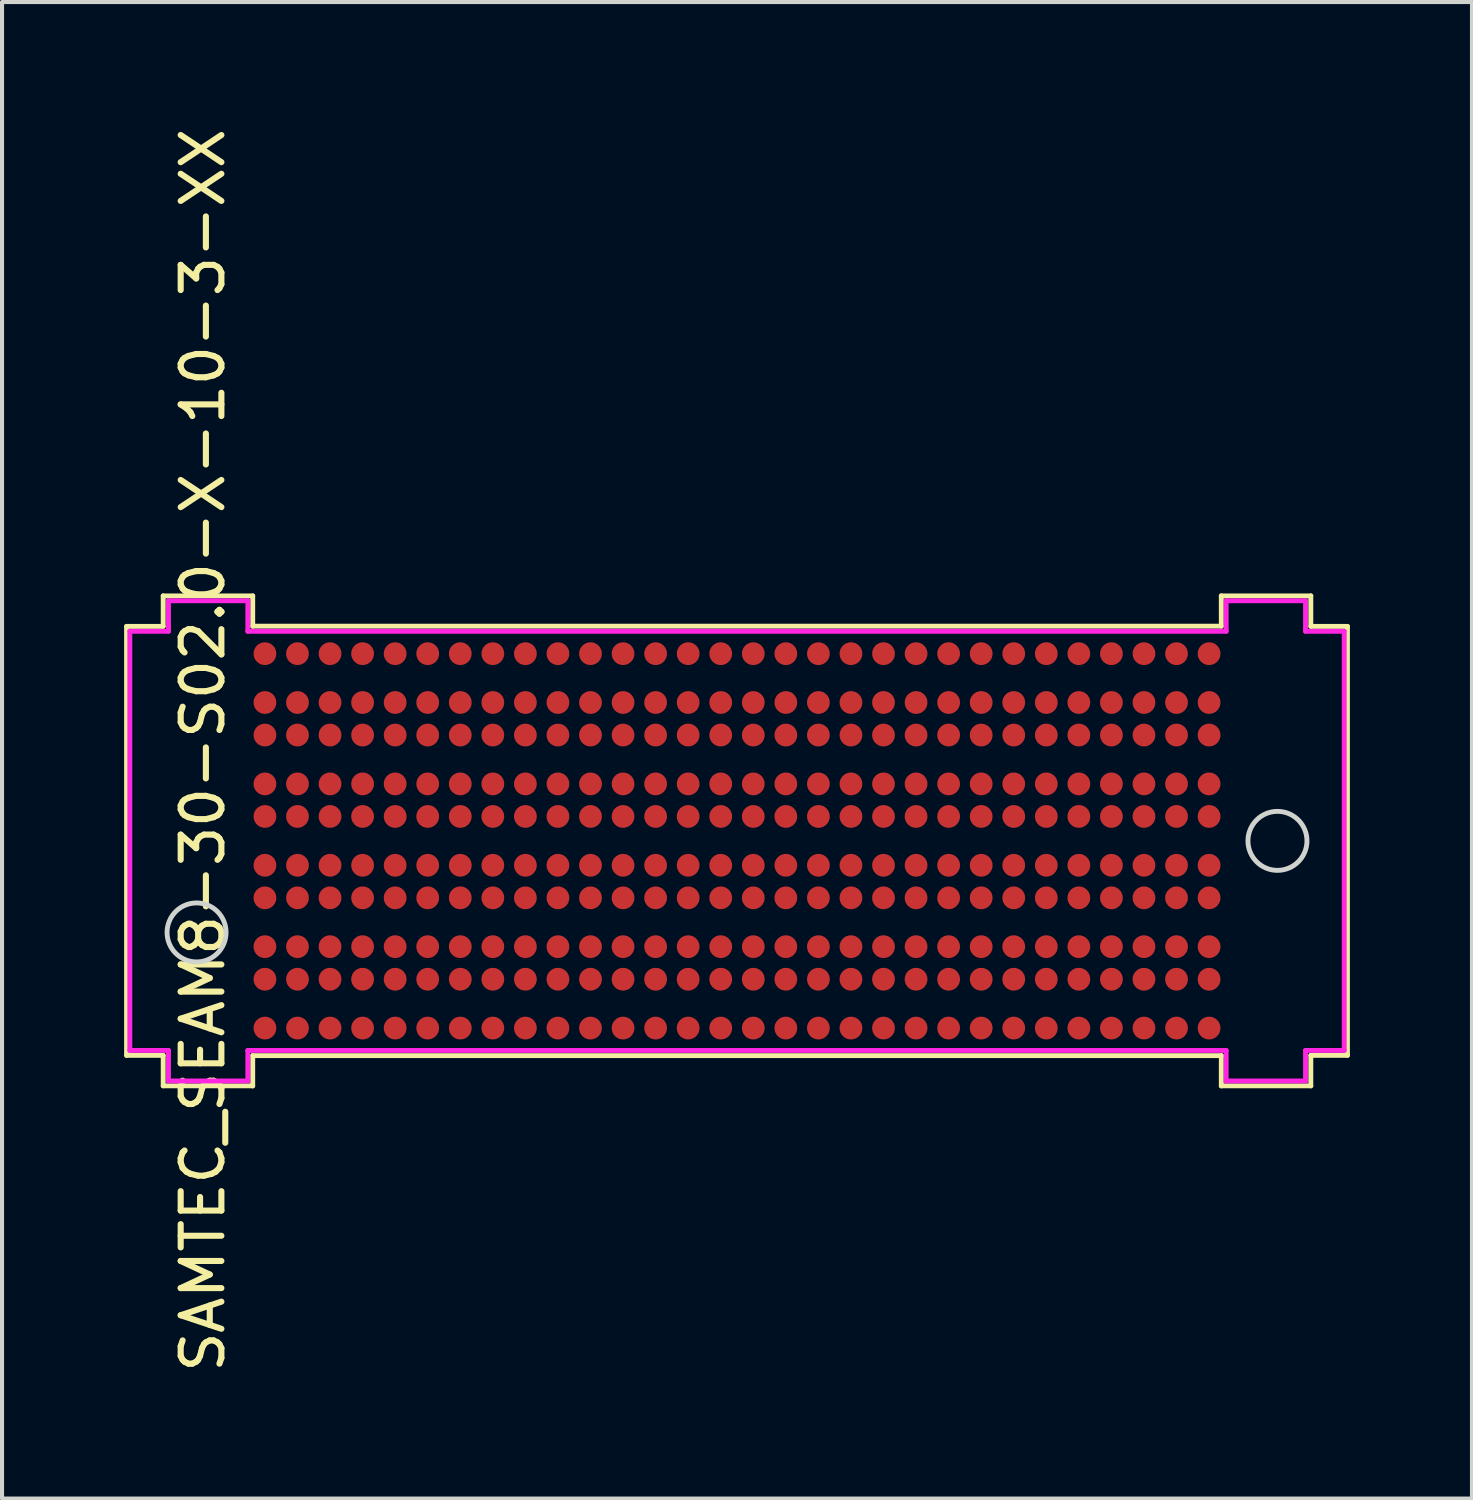
<source format=kicad_pcb>
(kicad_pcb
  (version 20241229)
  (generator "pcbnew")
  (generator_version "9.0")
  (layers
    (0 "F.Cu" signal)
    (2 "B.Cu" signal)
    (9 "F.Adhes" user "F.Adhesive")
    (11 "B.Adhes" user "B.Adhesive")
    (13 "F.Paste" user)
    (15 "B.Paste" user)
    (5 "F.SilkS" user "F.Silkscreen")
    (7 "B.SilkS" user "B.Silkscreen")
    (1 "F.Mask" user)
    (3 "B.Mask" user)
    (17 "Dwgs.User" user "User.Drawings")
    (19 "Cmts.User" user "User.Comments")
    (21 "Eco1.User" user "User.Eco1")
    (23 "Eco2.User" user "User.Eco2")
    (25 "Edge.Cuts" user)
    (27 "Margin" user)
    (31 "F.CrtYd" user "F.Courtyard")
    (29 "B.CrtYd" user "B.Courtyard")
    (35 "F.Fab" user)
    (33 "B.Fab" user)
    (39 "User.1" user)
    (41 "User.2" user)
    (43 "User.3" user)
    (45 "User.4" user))
  (footprint "SAMTEC_SEAM8-30-S02.0-X-10-3-XX"
    (layer "F.Cu")
    (at 15.06 17.612)
    (property "Reference" "SAMTEC_SEAM8-30-S02.0-X-10-3-XX" (at -13.125 -2.225 90) (unlocked yes) (layer "F.SilkS") (effects (font (size 1 1) (thickness 0.15))))
    (attr smd)
    (fp_line (start -15 -5.27) (end -15 5.27) (stroke (width 0.12) (type solid)) (layer "F.SilkS"))
    (fp_line (start -15 -5.27) (end -14.1 -5.27) (stroke (width 0.12) (type solid)) (layer "F.SilkS"))
    (fp_line (start -15 5.27) (end -14.1 5.27) (stroke (width 0.12) (type solid)) (layer "F.SilkS"))
    (fp_line (start -14.1 -6.02) (end -11.9 -6.02) (stroke (width 0.12) (type solid)) (layer "F.SilkS"))
    (fp_line (start -14.1 -5.275) (end -14.1 -6.02) (stroke (width 0.12) (type solid)) (layer "F.SilkS"))
    (fp_line (start -14.1 5.275) (end -14.1 6.02) (stroke (width 0.12) (type solid)) (layer "F.SilkS"))
    (fp_line (start -14.1 6.02) (end -11.9 6.02) (stroke (width 0.12) (type solid)) (layer "F.SilkS"))
    (fp_line (start -11.9 -5.275) (end -11.9 -6.02) (stroke (width 0.12) (type solid)) (layer "F.SilkS"))
    (fp_line (start -11.9 5.277) (end -11.9 6.022) (stroke (width 0.12) (type solid)) (layer "F.SilkS"))
    (fp_line (start 11.9 -5.275) (end -11.9 -5.275) (stroke (width 0.12) (type solid)) (layer "F.SilkS"))
    (fp_line (start 11.9 -5.275) (end 11.9 -6.02) (stroke (width 0.12) (type solid)) (layer "F.SilkS"))
    (fp_line (start 11.9 5.277) (end -11.9 5.277) (stroke (width 0.12) (type solid)) (layer "F.SilkS"))
    (fp_line (start 11.9 5.277) (end 11.9 6.022) (stroke (width 0.12) (type solid)) (layer "F.SilkS"))
    (fp_line (start 14.1 -6.02) (end 11.9 -6.02) (stroke (width 0.12) (type solid)) (layer "F.SilkS"))
    (fp_line (start 14.1 -5.275) (end 14.1 -6.02) (stroke (width 0.12) (type solid)) (layer "F.SilkS"))
    (fp_line (start 14.1 5.275) (end 14.1 6.02) (stroke (width 0.12) (type solid)) (layer "F.SilkS"))
    (fp_line (start 14.1 6.02) (end 11.9 6.02) (stroke (width 0.12) (type solid)) (layer "F.SilkS"))
    (fp_line (start 15 -5.27) (end 14.1 -5.27) (stroke (width 0.12) (type solid)) (layer "F.SilkS"))
    (fp_line (start 15 -5.27) (end 15 5.27) (stroke (width 0.12) (type solid)) (layer "F.SilkS"))
    (fp_line (start 15 5.27) (end 14.1 5.27) (stroke (width 0.12) (type solid)) (layer "F.SilkS"))
    (fp_circle (center -13.28 2.25) (end -12.555 2.25) (stroke (width 0.12) (type solid)) (fill no) (layer "Edge.Cuts"))
    (fp_circle (center 13.28 0) (end 14.005 0) (stroke (width 0.12) (type solid)) (fill no) (layer "Edge.Cuts"))
    (fp_line (start -14.92 5.15) (end -14.92 -5.15) (stroke (width 0.12) (type solid)) (layer "F.CrtYd"))
    (fp_line (start -13.97 -5.9) (end -13.97 -5.15) (stroke (width 0.12) (type solid)) (layer "F.CrtYd"))
    (fp_line (start -13.97 -5.9) (end -12.02 -5.9) (stroke (width 0.12) (type solid)) (layer "F.CrtYd"))
    (fp_line (start -13.97 -5.15) (end -14.92 -5.15) (stroke (width 0.12) (type solid)) (layer "F.CrtYd"))
    (fp_line (start -13.97 5.15) (end -14.92 5.15) (stroke (width 0.12) (type solid)) (layer "F.CrtYd"))
    (fp_line (start -13.97 5.9) (end -13.97 5.15) (stroke (width 0.12) (type solid)) (layer "F.CrtYd"))
    (fp_line (start -13.97 5.9) (end -12.02 5.9) (stroke (width 0.12) (type solid)) (layer "F.CrtYd"))
    (fp_line (start -12.02 -5.9) (end -12.02 -5.15) (stroke (width 0.12) (type solid)) (layer "F.CrtYd"))
    (fp_line (start -12.02 -5.15) (end 12.02 -5.15) (stroke (width 0.12) (type solid)) (layer "F.CrtYd"))
    (fp_line (start -12.02 5.15) (end -12.02 5.9) (stroke (width 0.12) (type solid)) (layer "F.CrtYd"))
    (fp_line (start -12.02 5.15) (end 12.02 5.15) (stroke (width 0.12) (type solid)) (layer "F.CrtYd"))
    (fp_line (start 12.02 -5.9) (end 12.02 -5.15) (stroke (width 0.12) (type solid)) (layer "F.CrtYd"))
    (fp_line (start 12.02 -5.9) (end 13.97 -5.9) (stroke (width 0.12) (type solid)) (layer "F.CrtYd"))
    (fp_line (start 12.02 5.15) (end 12.02 5.9) (stroke (width 0.12) (type solid)) (layer "F.CrtYd"))
    (fp_line (start 12.02 5.9) (end 13.97 5.9) (stroke (width 0.12) (type solid)) (layer "F.CrtYd"))
    (fp_line (start 13.97 -5.9) (end 13.97 -5.15) (stroke (width 0.12) (type solid)) (layer "F.CrtYd"))
    (fp_line (start 13.97 -5.15) (end 14.92 -5.15) (stroke (width 0.12) (type solid)) (layer "F.CrtYd"))
    (fp_line (start 13.97 5.15) (end 14.92 5.15) (stroke (width 0.12) (type solid)) (layer "F.CrtYd"))
    (fp_line (start 13.97 5.9) (end 13.97 5.15) (stroke (width 0.12) (type solid)) (layer "F.CrtYd"))
    (fp_line (start 14.92 5.15) (end 14.92 -5.15) (stroke (width 0.12) (type solid)) (layer "F.CrtYd"))
    (pad "1" smd circle (at -11.6 -4.6) (size 0.56 0.56) (layers "F.Cu" "F.Mask" "F.Paste"))
    (pad "2" smd circle (at -10.8 -4.6) (size 0.56 0.56) (layers "F.Cu" "F.Mask" "F.Paste"))
    (pad "3" smd circle (at -10 -4.6) (size 0.56 0.56) (layers "F.Cu" "F.Mask" "F.Paste"))
    (pad "4" smd circle (at -9.2 -4.6) (size 0.56 0.56) (layers "F.Cu" "F.Mask" "F.Paste"))
    (pad "5" smd circle (at -8.4 -4.6) (size 0.56 0.56) (layers "F.Cu" "F.Mask" "F.Paste"))
    (pad "6" smd circle (at -7.6 -4.6) (size 0.56 0.56) (layers "F.Cu" "F.Mask" "F.Paste"))
    (pad "7" smd circle (at -6.8 -4.6) (size 0.56 0.56) (layers "F.Cu" "F.Mask" "F.Paste"))
    (pad "8" smd circle (at -6 -4.6) (size 0.56 0.56) (layers "F.Cu" "F.Mask" "F.Paste"))
    (pad "9" smd circle (at -5.2 -4.6) (size 0.56 0.56) (layers "F.Cu" "F.Mask" "F.Paste"))
    (pad "10" smd circle (at -4.4 -4.6) (size 0.56 0.56) (layers "F.Cu" "F.Mask" "F.Paste"))
    (pad "11" smd circle (at -3.6 -4.6) (size 0.56 0.56) (layers "F.Cu" "F.Mask" "F.Paste"))
    (pad "12" smd circle (at -2.8 -4.6) (size 0.56 0.56) (layers "F.Cu" "F.Mask" "F.Paste"))
    (pad "13" smd circle (at -2 -4.6) (size 0.56 0.56) (layers "F.Cu" "F.Mask" "F.Paste"))
    (pad "14" smd circle (at -1.2 -4.6) (size 0.56 0.56) (layers "F.Cu" "F.Mask" "F.Paste"))
    (pad "15" smd circle (at -0.4 -4.6) (size 0.56 0.56) (layers "F.Cu" "F.Mask" "F.Paste"))
    (pad "16" smd circle (at 0.4 -4.6) (size 0.56 0.56) (layers "F.Cu" "F.Mask" "F.Paste"))
    (pad "17" smd circle (at 1.2 -4.6) (size 0.56 0.56) (layers "F.Cu" "F.Mask" "F.Paste"))
    (pad "18" smd circle (at 2 -4.6) (size 0.56 0.56) (layers "F.Cu" "F.Mask" "F.Paste"))
    (pad "19" smd circle (at 2.8 -4.6) (size 0.56 0.56) (layers "F.Cu" "F.Mask" "F.Paste"))
    (pad "20" smd circle (at 3.6 -4.6) (size 0.56 0.56) (layers "F.Cu" "F.Mask" "F.Paste"))
    (pad "21" smd circle (at 4.4 -4.6) (size 0.56 0.56) (layers "F.Cu" "F.Mask" "F.Paste"))
    (pad "22" smd circle (at 5.2 -4.6) (size 0.56 0.56) (layers "F.Cu" "F.Mask" "F.Paste"))
    (pad "23" smd circle (at 6 -4.6) (size 0.56 0.56) (layers "F.Cu" "F.Mask" "F.Paste"))
    (pad "24" smd circle (at 6.8 -4.6) (size 0.56 0.56) (layers "F.Cu" "F.Mask" "F.Paste"))
    (pad "25" smd circle (at 7.6 -4.6) (size 0.56 0.56) (layers "F.Cu" "F.Mask" "F.Paste"))
    (pad "26" smd circle (at 8.4 -4.6) (size 0.56 0.56) (layers "F.Cu" "F.Mask" "F.Paste"))
    (pad "27" smd circle (at 9.2 -4.6) (size 0.56 0.56) (layers "F.Cu" "F.Mask" "F.Paste"))
    (pad "28" smd circle (at 10 -4.6) (size 0.56 0.56) (layers "F.Cu" "F.Mask" "F.Paste"))
    (pad "29" smd circle (at 10.8 -4.6) (size 0.56 0.56) (layers "F.Cu" "F.Mask" "F.Paste"))
    (pad "30" smd circle (at 11.6 -4.6) (size 0.56 0.56) (layers "F.Cu" "F.Mask" "F.Paste"))
    (pad "31" smd circle (at -11.6 -3.4) (size 0.56 0.56) (layers "F.Cu" "F.Mask" "F.Paste"))
    (pad "32" smd circle (at -10.8 -3.4) (size 0.56 0.56) (layers "F.Cu" "F.Mask" "F.Paste"))
    (pad "33" smd circle (at -10 -3.4) (size 0.56 0.56) (layers "F.Cu" "F.Mask" "F.Paste"))
    (pad "34" smd circle (at -9.2 -3.4) (size 0.56 0.56) (layers "F.Cu" "F.Mask" "F.Paste"))
    (pad "35" smd circle (at -8.4 -3.4) (size 0.56 0.56) (layers "F.Cu" "F.Mask" "F.Paste"))
    (pad "36" smd circle (at -7.6 -3.4) (size 0.56 0.56) (layers "F.Cu" "F.Mask" "F.Paste"))
    (pad "37" smd circle (at -6.8 -3.4) (size 0.56 0.56) (layers "F.Cu" "F.Mask" "F.Paste"))
    (pad "38" smd circle (at -6 -3.4) (size 0.56 0.56) (layers "F.Cu" "F.Mask" "F.Paste"))
    (pad "39" smd circle (at -5.2 -3.4) (size 0.56 0.56) (layers "F.Cu" "F.Mask" "F.Paste"))
    (pad "40" smd circle (at -4.4 -3.4) (size 0.56 0.56) (layers "F.Cu" "F.Mask" "F.Paste"))
    (pad "41" smd circle (at -3.6 -3.4) (size 0.56 0.56) (layers "F.Cu" "F.Mask" "F.Paste"))
    (pad "42" smd circle (at -2.8 -3.4) (size 0.56 0.56) (layers "F.Cu" "F.Mask" "F.Paste"))
    (pad "43" smd circle (at -2 -3.4) (size 0.56 0.56) (layers "F.Cu" "F.Mask" "F.Paste"))
    (pad "44" smd circle (at -1.2 -3.4) (size 0.56 0.56) (layers "F.Cu" "F.Mask" "F.Paste"))
    (pad "45" smd circle (at -0.4 -3.4) (size 0.56 0.56) (layers "F.Cu" "F.Mask" "F.Paste"))
    (pad "46" smd circle (at 0.4 -3.4) (size 0.56 0.56) (layers "F.Cu" "F.Mask" "F.Paste"))
    (pad "47" smd circle (at 1.2 -3.4) (size 0.56 0.56) (layers "F.Cu" "F.Mask" "F.Paste"))
    (pad "48" smd circle (at 2 -3.4) (size 0.56 0.56) (layers "F.Cu" "F.Mask" "F.Paste"))
    (pad "49" smd circle (at 2.8 -3.4) (size 0.56 0.56) (layers "F.Cu" "F.Mask" "F.Paste"))
    (pad "50" smd circle (at 3.6 -3.4) (size 0.56 0.56) (layers "F.Cu" "F.Mask" "F.Paste"))
    (pad "51" smd circle (at 4.4 -3.4) (size 0.56 0.56) (layers "F.Cu" "F.Mask" "F.Paste"))
    (pad "52" smd circle (at 5.2 -3.4) (size 0.56 0.56) (layers "F.Cu" "F.Mask" "F.Paste"))
    (pad "53" smd circle (at 6 -3.4) (size 0.56 0.56) (layers "F.Cu" "F.Mask" "F.Paste"))
    (pad "54" smd circle (at 6.8 -3.4) (size 0.56 0.56) (layers "F.Cu" "F.Mask" "F.Paste"))
    (pad "55" smd circle (at 7.6 -3.4) (size 0.56 0.56) (layers "F.Cu" "F.Mask" "F.Paste"))
    (pad "56" smd circle (at 8.4 -3.4) (size 0.56 0.56) (layers "F.Cu" "F.Mask" "F.Paste"))
    (pad "57" smd circle (at 9.2 -3.4) (size 0.56 0.56) (layers "F.Cu" "F.Mask" "F.Paste"))
    (pad "58" smd circle (at 10 -3.4) (size 0.56 0.56) (layers "F.Cu" "F.Mask" "F.Paste"))
    (pad "59" smd circle (at 10.8 -3.4) (size 0.56 0.56) (layers "F.Cu" "F.Mask" "F.Paste"))
    (pad "60" smd circle (at 11.6 -3.4) (size 0.56 0.56) (layers "F.Cu" "F.Mask" "F.Paste"))
    (pad "61" smd circle (at -11.6 -2.6) (size 0.56 0.56) (layers "F.Cu" "F.Mask" "F.Paste"))
    (pad "62" smd circle (at -10.8 -2.6) (size 0.56 0.56) (layers "F.Cu" "F.Mask" "F.Paste"))
    (pad "63" smd circle (at -10 -2.6) (size 0.56 0.56) (layers "F.Cu" "F.Mask" "F.Paste"))
    (pad "64" smd circle (at -9.2 -2.6) (size 0.56 0.56) (layers "F.Cu" "F.Mask" "F.Paste"))
    (pad "65" smd circle (at -8.4 -2.6) (size 0.56 0.56) (layers "F.Cu" "F.Mask" "F.Paste"))
    (pad "66" smd circle (at -7.6 -2.6) (size 0.56 0.56) (layers "F.Cu" "F.Mask" "F.Paste"))
    (pad "67" smd circle (at -6.8 -2.6) (size 0.56 0.56) (layers "F.Cu" "F.Mask" "F.Paste"))
    (pad "68" smd circle (at -6 -2.6) (size 0.56 0.56) (layers "F.Cu" "F.Mask" "F.Paste"))
    (pad "69" smd circle (at -5.2 -2.6) (size 0.56 0.56) (layers "F.Cu" "F.Mask" "F.Paste"))
    (pad "70" smd circle (at -4.4 -2.6) (size 0.56 0.56) (layers "F.Cu" "F.Mask" "F.Paste"))
    (pad "71" smd circle (at -3.6 -2.6) (size 0.56 0.56) (layers "F.Cu" "F.Mask" "F.Paste"))
    (pad "72" smd circle (at -2.8 -2.6) (size 0.56 0.56) (layers "F.Cu" "F.Mask" "F.Paste"))
    (pad "73" smd circle (at -2 -2.6) (size 0.56 0.56) (layers "F.Cu" "F.Mask" "F.Paste"))
    (pad "74" smd circle (at -1.2 -2.6) (size 0.56 0.56) (layers "F.Cu" "F.Mask" "F.Paste"))
    (pad "75" smd circle (at -0.4 -2.6) (size 0.56 0.56) (layers "F.Cu" "F.Mask" "F.Paste"))
    (pad "76" smd circle (at 0.4 -2.6) (size 0.56 0.56) (layers "F.Cu" "F.Mask" "F.Paste"))
    (pad "77" smd circle (at 1.2 -2.6) (size 0.56 0.56) (layers "F.Cu" "F.Mask" "F.Paste"))
    (pad "78" smd circle (at 2 -2.6) (size 0.56 0.56) (layers "F.Cu" "F.Mask" "F.Paste"))
    (pad "79" smd circle (at 2.8 -2.6) (size 0.56 0.56) (layers "F.Cu" "F.Mask" "F.Paste"))
    (pad "80" smd circle (at 3.6 -2.6) (size 0.56 0.56) (layers "F.Cu" "F.Mask" "F.Paste"))
    (pad "81" smd circle (at 4.4 -2.6) (size 0.56 0.56) (layers "F.Cu" "F.Mask" "F.Paste"))
    (pad "82" smd circle (at 5.2 -2.6) (size 0.56 0.56) (layers "F.Cu" "F.Mask" "F.Paste"))
    (pad "83" smd circle (at 6 -2.6) (size 0.56 0.56) (layers "F.Cu" "F.Mask" "F.Paste"))
    (pad "84" smd circle (at 6.8 -2.6) (size 0.56 0.56) (layers "F.Cu" "F.Mask" "F.Paste"))
    (pad "85" smd circle (at 7.6 -2.6) (size 0.56 0.56) (layers "F.Cu" "F.Mask" "F.Paste"))
    (pad "86" smd circle (at 8.4 -2.6) (size 0.56 0.56) (layers "F.Cu" "F.Mask" "F.Paste"))
    (pad "87" smd circle (at 9.2 -2.6) (size 0.56 0.56) (layers "F.Cu" "F.Mask" "F.Paste"))
    (pad "88" smd circle (at 10 -2.6) (size 0.56 0.56) (layers "F.Cu" "F.Mask" "F.Paste"))
    (pad "89" smd circle (at 10.8 -2.6) (size 0.56 0.56) (layers "F.Cu" "F.Mask" "F.Paste"))
    (pad "90" smd circle (at 11.6 -2.6) (size 0.56 0.56) (layers "F.Cu" "F.Mask" "F.Paste"))
    (pad "91" smd circle (at -11.6 -1.4) (size 0.56 0.56) (layers "F.Cu" "F.Mask" "F.Paste"))
    (pad "92" smd circle (at -10.8 -1.4) (size 0.56 0.56) (layers "F.Cu" "F.Mask" "F.Paste"))
    (pad "93" smd circle (at -10 -1.4) (size 0.56 0.56) (layers "F.Cu" "F.Mask" "F.Paste"))
    (pad "94" smd circle (at -9.2 -1.4) (size 0.56 0.56) (layers "F.Cu" "F.Mask" "F.Paste"))
    (pad "95" smd circle (at -8.4 -1.4) (size 0.56 0.56) (layers "F.Cu" "F.Mask" "F.Paste"))
    (pad "96" smd circle (at -7.6 -1.4) (size 0.56 0.56) (layers "F.Cu" "F.Mask" "F.Paste"))
    (pad "97" smd circle (at -6.8 -1.4) (size 0.56 0.56) (layers "F.Cu" "F.Mask" "F.Paste"))
    (pad "98" smd circle (at -6 -1.4) (size 0.56 0.56) (layers "F.Cu" "F.Mask" "F.Paste"))
    (pad "99" smd circle (at -5.2 -1.4) (size 0.56 0.56) (layers "F.Cu" "F.Mask" "F.Paste"))
    (pad "100" smd circle (at -4.4 -1.4) (size 0.56 0.56) (layers "F.Cu" "F.Mask" "F.Paste"))
    (pad "101" smd circle (at -3.6 -1.4) (size 0.56 0.56) (layers "F.Cu" "F.Mask" "F.Paste"))
    (pad "102" smd circle (at -2.8 -1.4) (size 0.56 0.56) (layers "F.Cu" "F.Mask" "F.Paste"))
    (pad "103" smd circle (at -2 -1.4) (size 0.56 0.56) (layers "F.Cu" "F.Mask" "F.Paste"))
    (pad "104" smd circle (at -1.2 -1.4) (size 0.56 0.56) (layers "F.Cu" "F.Mask" "F.Paste"))
    (pad "105" smd circle (at -0.4 -1.4) (size 0.56 0.56) (layers "F.Cu" "F.Mask" "F.Paste"))
    (pad "106" smd circle (at 0.4 -1.4) (size 0.56 0.56) (layers "F.Cu" "F.Mask" "F.Paste"))
    (pad "107" smd circle (at 1.2 -1.4) (size 0.56 0.56) (layers "F.Cu" "F.Mask" "F.Paste"))
    (pad "108" smd circle (at 2 -1.4) (size 0.56 0.56) (layers "F.Cu" "F.Mask" "F.Paste"))
    (pad "109" smd circle (at 2.8 -1.4) (size 0.56 0.56) (layers "F.Cu" "F.Mask" "F.Paste"))
    (pad "110" smd circle (at 3.6 -1.4) (size 0.56 0.56) (layers "F.Cu" "F.Mask" "F.Paste"))
    (pad "111" smd circle (at 4.4 -1.4) (size 0.56 0.56) (layers "F.Cu" "F.Mask" "F.Paste"))
    (pad "112" smd circle (at 5.2 -1.4) (size 0.56 0.56) (layers "F.Cu" "F.Mask" "F.Paste"))
    (pad "113" smd circle (at 6 -1.4) (size 0.56 0.56) (layers "F.Cu" "F.Mask" "F.Paste"))
    (pad "114" smd circle (at 6.8 -1.4) (size 0.56 0.56) (layers "F.Cu" "F.Mask" "F.Paste"))
    (pad "115" smd circle (at 7.6 -1.4) (size 0.56 0.56) (layers "F.Cu" "F.Mask" "F.Paste"))
    (pad "116" smd circle (at 8.4 -1.4) (size 0.56 0.56) (layers "F.Cu" "F.Mask" "F.Paste"))
    (pad "117" smd circle (at 9.2 -1.4) (size 0.56 0.56) (layers "F.Cu" "F.Mask" "F.Paste"))
    (pad "118" smd circle (at 10 -1.4) (size 0.56 0.56) (layers "F.Cu" "F.Mask" "F.Paste"))
    (pad "119" smd circle (at 10.8 -1.4) (size 0.56 0.56) (layers "F.Cu" "F.Mask" "F.Paste"))
    (pad "120" smd circle (at 11.6 -1.4) (size 0.56 0.56) (layers "F.Cu" "F.Mask" "F.Paste"))
    (pad "121" smd circle (at -11.6 -0.6) (size 0.56 0.56) (layers "F.Cu" "F.Mask" "F.Paste"))
    (pad "122" smd circle (at -10.8 -0.6) (size 0.56 0.56) (layers "F.Cu" "F.Mask" "F.Paste"))
    (pad "123" smd circle (at -10 -0.6) (size 0.56 0.56) (layers "F.Cu" "F.Mask" "F.Paste"))
    (pad "124" smd circle (at -9.2 -0.6) (size 0.56 0.56) (layers "F.Cu" "F.Mask" "F.Paste"))
    (pad "125" smd circle (at -8.4 -0.6) (size 0.56 0.56) (layers "F.Cu" "F.Mask" "F.Paste"))
    (pad "126" smd circle (at -7.6 -0.6) (size 0.56 0.56) (layers "F.Cu" "F.Mask" "F.Paste"))
    (pad "127" smd circle (at -6.8 -0.6) (size 0.56 0.56) (layers "F.Cu" "F.Mask" "F.Paste"))
    (pad "128" smd circle (at -6 -0.6) (size 0.56 0.56) (layers "F.Cu" "F.Mask" "F.Paste"))
    (pad "129" smd circle (at -5.2 -0.6) (size 0.56 0.56) (layers "F.Cu" "F.Mask" "F.Paste"))
    (pad "130" smd circle (at -4.4 -0.6) (size 0.56 0.56) (layers "F.Cu" "F.Mask" "F.Paste"))
    (pad "131" smd circle (at -3.6 -0.6) (size 0.56 0.56) (layers "F.Cu" "F.Mask" "F.Paste"))
    (pad "132" smd circle (at -2.8 -0.6) (size 0.56 0.56) (layers "F.Cu" "F.Mask" "F.Paste"))
    (pad "133" smd circle (at -2 -0.6) (size 0.56 0.56) (layers "F.Cu" "F.Mask" "F.Paste"))
    (pad "134" smd circle (at -1.2 -0.6) (size 0.56 0.56) (layers "F.Cu" "F.Mask" "F.Paste"))
    (pad "135" smd circle (at -0.4 -0.6) (size 0.56 0.56) (layers "F.Cu" "F.Mask" "F.Paste"))
    (pad "136" smd circle (at 0.4 -0.6) (size 0.56 0.56) (layers "F.Cu" "F.Mask" "F.Paste"))
    (pad "137" smd circle (at 1.2 -0.6) (size 0.56 0.56) (layers "F.Cu" "F.Mask" "F.Paste"))
    (pad "138" smd circle (at 2 -0.6) (size 0.56 0.56) (layers "F.Cu" "F.Mask" "F.Paste"))
    (pad "139" smd circle (at 2.8 -0.6) (size 0.56 0.56) (layers "F.Cu" "F.Mask" "F.Paste"))
    (pad "140" smd circle (at 3.6 -0.6) (size 0.56 0.56) (layers "F.Cu" "F.Mask" "F.Paste"))
    (pad "141" smd circle (at 4.4 -0.6) (size 0.56 0.56) (layers "F.Cu" "F.Mask" "F.Paste"))
    (pad "142" smd circle (at 5.2 -0.6) (size 0.56 0.56) (layers "F.Cu" "F.Mask" "F.Paste"))
    (pad "143" smd circle (at 6 -0.6) (size 0.56 0.56) (layers "F.Cu" "F.Mask" "F.Paste"))
    (pad "144" smd circle (at 6.8 -0.6) (size 0.56 0.56) (layers "F.Cu" "F.Mask" "F.Paste"))
    (pad "145" smd circle (at 7.6 -0.6) (size 0.56 0.56) (layers "F.Cu" "F.Mask" "F.Paste"))
    (pad "146" smd circle (at 8.4 -0.6) (size 0.56 0.56) (layers "F.Cu" "F.Mask" "F.Paste"))
    (pad "147" smd circle (at 9.2 -0.6) (size 0.56 0.56) (layers "F.Cu" "F.Mask" "F.Paste"))
    (pad "148" smd circle (at 10 -0.6) (size 0.56 0.56) (layers "F.Cu" "F.Mask" "F.Paste"))
    (pad "149" smd circle (at 10.8 -0.6) (size 0.56 0.56) (layers "F.Cu" "F.Mask" "F.Paste"))
    (pad "150" smd circle (at 11.6 -0.6) (size 0.56 0.56) (layers "F.Cu" "F.Mask" "F.Paste"))
    (pad "151" smd circle (at -11.6 0.6) (size 0.56 0.56) (layers "F.Cu" "F.Mask" "F.Paste"))
    (pad "152" smd circle (at -10.8 0.6) (size 0.56 0.56) (layers "F.Cu" "F.Mask" "F.Paste"))
    (pad "153" smd circle (at -10 0.6) (size 0.56 0.56) (layers "F.Cu" "F.Mask" "F.Paste"))
    (pad "154" smd circle (at -9.2 0.6) (size 0.56 0.56) (layers "F.Cu" "F.Mask" "F.Paste"))
    (pad "155" smd circle (at -8.4 0.6) (size 0.56 0.56) (layers "F.Cu" "F.Mask" "F.Paste"))
    (pad "156" smd circle (at -7.6 0.6) (size 0.56 0.56) (layers "F.Cu" "F.Mask" "F.Paste"))
    (pad "157" smd circle (at -6.8 0.6) (size 0.56 0.56) (layers "F.Cu" "F.Mask" "F.Paste"))
    (pad "158" smd circle (at -6 0.6) (size 0.56 0.56) (layers "F.Cu" "F.Mask" "F.Paste"))
    (pad "159" smd circle (at -5.2 0.6) (size 0.56 0.56) (layers "F.Cu" "F.Mask" "F.Paste"))
    (pad "160" smd circle (at -4.4 0.6) (size 0.56 0.56) (layers "F.Cu" "F.Mask" "F.Paste"))
    (pad "161" smd circle (at -3.6 0.6) (size 0.56 0.56) (layers "F.Cu" "F.Mask" "F.Paste"))
    (pad "162" smd circle (at -2.8 0.6) (size 0.56 0.56) (layers "F.Cu" "F.Mask" "F.Paste"))
    (pad "163" smd circle (at -2 0.6) (size 0.56 0.56) (layers "F.Cu" "F.Mask" "F.Paste"))
    (pad "164" smd circle (at -1.2 0.6) (size 0.56 0.56) (layers "F.Cu" "F.Mask" "F.Paste"))
    (pad "165" smd circle (at -0.4 0.6) (size 0.56 0.56) (layers "F.Cu" "F.Mask" "F.Paste"))
    (pad "166" smd circle (at 0.4 0.6) (size 0.56 0.56) (layers "F.Cu" "F.Mask" "F.Paste"))
    (pad "167" smd circle (at 1.2 0.6) (size 0.56 0.56) (layers "F.Cu" "F.Mask" "F.Paste"))
    (pad "168" smd circle (at 2 0.6) (size 0.56 0.56) (layers "F.Cu" "F.Mask" "F.Paste"))
    (pad "169" smd circle (at 2.8 0.6) (size 0.56 0.56) (layers "F.Cu" "F.Mask" "F.Paste"))
    (pad "170" smd circle (at 3.6 0.6) (size 0.56 0.56) (layers "F.Cu" "F.Mask" "F.Paste"))
    (pad "171" smd circle (at 4.4 0.6) (size 0.56 0.56) (layers "F.Cu" "F.Mask" "F.Paste"))
    (pad "172" smd circle (at 5.2 0.6) (size 0.56 0.56) (layers "F.Cu" "F.Mask" "F.Paste"))
    (pad "173" smd circle (at 6 0.6) (size 0.56 0.56) (layers "F.Cu" "F.Mask" "F.Paste"))
    (pad "174" smd circle (at 6.8 0.6) (size 0.56 0.56) (layers "F.Cu" "F.Mask" "F.Paste"))
    (pad "175" smd circle (at 7.6 0.6) (size 0.56 0.56) (layers "F.Cu" "F.Mask" "F.Paste"))
    (pad "176" smd circle (at 8.4 0.6) (size 0.56 0.56) (layers "F.Cu" "F.Mask" "F.Paste"))
    (pad "177" smd circle (at 9.2 0.6) (size 0.56 0.56) (layers "F.Cu" "F.Mask" "F.Paste"))
    (pad "178" smd circle (at 10 0.6) (size 0.56 0.56) (layers "F.Cu" "F.Mask" "F.Paste"))
    (pad "179" smd circle (at 10.8 0.6) (size 0.56 0.56) (layers "F.Cu" "F.Mask" "F.Paste"))
    (pad "180" smd circle (at 11.6 0.6) (size 0.56 0.56) (layers "F.Cu" "F.Mask" "F.Paste"))
    (pad "181" smd circle (at -11.6 1.4) (size 0.56 0.56) (layers "F.Cu" "F.Mask" "F.Paste"))
    (pad "182" smd circle (at -10.8 1.4) (size 0.56 0.56) (layers "F.Cu" "F.Mask" "F.Paste"))
    (pad "183" smd circle (at -10 1.4) (size 0.56 0.56) (layers "F.Cu" "F.Mask" "F.Paste"))
    (pad "184" smd circle (at -9.2 1.4) (size 0.56 0.56) (layers "F.Cu" "F.Mask" "F.Paste"))
    (pad "185" smd circle (at -8.4 1.4) (size 0.56 0.56) (layers "F.Cu" "F.Mask" "F.Paste"))
    (pad "186" smd circle (at -7.6 1.4) (size 0.56 0.56) (layers "F.Cu" "F.Mask" "F.Paste"))
    (pad "187" smd circle (at -6.8 1.4) (size 0.56 0.56) (layers "F.Cu" "F.Mask" "F.Paste"))
    (pad "188" smd circle (at -6 1.4) (size 0.56 0.56) (layers "F.Cu" "F.Mask" "F.Paste"))
    (pad "189" smd circle (at -5.2 1.4) (size 0.56 0.56) (layers "F.Cu" "F.Mask" "F.Paste"))
    (pad "190" smd circle (at -4.4 1.4) (size 0.56 0.56) (layers "F.Cu" "F.Mask" "F.Paste"))
    (pad "191" smd circle (at -3.6 1.4) (size 0.56 0.56) (layers "F.Cu" "F.Mask" "F.Paste"))
    (pad "192" smd circle (at -2.8 1.4) (size 0.56 0.56) (layers "F.Cu" "F.Mask" "F.Paste"))
    (pad "193" smd circle (at -2 1.4) (size 0.56 0.56) (layers "F.Cu" "F.Mask" "F.Paste"))
    (pad "194" smd circle (at -1.2 1.4) (size 0.56 0.56) (layers "F.Cu" "F.Mask" "F.Paste"))
    (pad "195" smd circle (at -0.4 1.4) (size 0.56 0.56) (layers "F.Cu" "F.Mask" "F.Paste"))
    (pad "196" smd circle (at 0.4 1.4) (size 0.56 0.56) (layers "F.Cu" "F.Mask" "F.Paste"))
    (pad "197" smd circle (at 1.2 1.4) (size 0.56 0.56) (layers "F.Cu" "F.Mask" "F.Paste"))
    (pad "198" smd circle (at 2 1.4) (size 0.56 0.56) (layers "F.Cu" "F.Mask" "F.Paste"))
    (pad "199" smd circle (at 2.8 1.4) (size 0.56 0.56) (layers "F.Cu" "F.Mask" "F.Paste"))
    (pad "200" smd circle (at 3.6 1.4) (size 0.56 0.56) (layers "F.Cu" "F.Mask" "F.Paste"))
    (pad "201" smd circle (at 4.4 1.4) (size 0.56 0.56) (layers "F.Cu" "F.Mask" "F.Paste"))
    (pad "202" smd circle (at 5.2 1.4) (size 0.56 0.56) (layers "F.Cu" "F.Mask" "F.Paste"))
    (pad "203" smd circle (at 6 1.4) (size 0.56 0.56) (layers "F.Cu" "F.Mask" "F.Paste"))
    (pad "204" smd circle (at 6.8 1.4) (size 0.56 0.56) (layers "F.Cu" "F.Mask" "F.Paste"))
    (pad "205" smd circle (at 7.6 1.4) (size 0.56 0.56) (layers "F.Cu" "F.Mask" "F.Paste"))
    (pad "206" smd circle (at 8.4 1.4) (size 0.56 0.56) (layers "F.Cu" "F.Mask" "F.Paste"))
    (pad "207" smd circle (at 9.2 1.4) (size 0.56 0.56) (layers "F.Cu" "F.Mask" "F.Paste"))
    (pad "208" smd circle (at 10 1.4) (size 0.56 0.56) (layers "F.Cu" "F.Mask" "F.Paste"))
    (pad "209" smd circle (at 10.8 1.4) (size 0.56 0.56) (layers "F.Cu" "F.Mask" "F.Paste"))
    (pad "210" smd circle (at 11.6 1.4) (size 0.56 0.56) (layers "F.Cu" "F.Mask" "F.Paste"))
    (pad "211" smd circle (at -11.6 2.6) (size 0.56 0.56) (layers "F.Cu" "F.Mask" "F.Paste"))
    (pad "212" smd circle (at -10.8 2.6) (size 0.56 0.56) (layers "F.Cu" "F.Mask" "F.Paste"))
    (pad "213" smd circle (at -10 2.6) (size 0.56 0.56) (layers "F.Cu" "F.Mask" "F.Paste"))
    (pad "214" smd circle (at -9.2 2.6) (size 0.56 0.56) (layers "F.Cu" "F.Mask" "F.Paste"))
    (pad "215" smd circle (at -8.4 2.6) (size 0.56 0.56) (layers "F.Cu" "F.Mask" "F.Paste"))
    (pad "216" smd circle (at -7.6 2.6) (size 0.56 0.56) (layers "F.Cu" "F.Mask" "F.Paste"))
    (pad "217" smd circle (at -6.8 2.6) (size 0.56 0.56) (layers "F.Cu" "F.Mask" "F.Paste"))
    (pad "218" smd circle (at -6 2.6) (size 0.56 0.56) (layers "F.Cu" "F.Mask" "F.Paste"))
    (pad "219" smd circle (at -5.2 2.6) (size 0.56 0.56) (layers "F.Cu" "F.Mask" "F.Paste"))
    (pad "220" smd circle (at -4.4 2.6) (size 0.56 0.56) (layers "F.Cu" "F.Mask" "F.Paste"))
    (pad "221" smd circle (at -3.6 2.6) (size 0.56 0.56) (layers "F.Cu" "F.Mask" "F.Paste"))
    (pad "222" smd circle (at -2.8 2.6) (size 0.56 0.56) (layers "F.Cu" "F.Mask" "F.Paste"))
    (pad "223" smd circle (at -2 2.6) (size 0.56 0.56) (layers "F.Cu" "F.Mask" "F.Paste"))
    (pad "224" smd circle (at -1.2 2.6) (size 0.56 0.56) (layers "F.Cu" "F.Mask" "F.Paste"))
    (pad "225" smd circle (at -0.4 2.6) (size 0.56 0.56) (layers "F.Cu" "F.Mask" "F.Paste"))
    (pad "226" smd circle (at 0.4 2.6) (size 0.56 0.56) (layers "F.Cu" "F.Mask" "F.Paste"))
    (pad "227" smd circle (at 1.2 2.6) (size 0.56 0.56) (layers "F.Cu" "F.Mask" "F.Paste"))
    (pad "228" smd circle (at 2 2.6) (size 0.56 0.56) (layers "F.Cu" "F.Mask" "F.Paste"))
    (pad "229" smd circle (at 2.8 2.6) (size 0.56 0.56) (layers "F.Cu" "F.Mask" "F.Paste"))
    (pad "230" smd circle (at 3.6 2.6) (size 0.56 0.56) (layers "F.Cu" "F.Mask" "F.Paste"))
    (pad "231" smd circle (at 4.4 2.6) (size 0.56 0.56) (layers "F.Cu" "F.Mask" "F.Paste"))
    (pad "232" smd circle (at 5.2 2.6) (size 0.56 0.56) (layers "F.Cu" "F.Mask" "F.Paste"))
    (pad "233" smd circle (at 6 2.6) (size 0.56 0.56) (layers "F.Cu" "F.Mask" "F.Paste"))
    (pad "234" smd circle (at 6.8 2.6) (size 0.56 0.56) (layers "F.Cu" "F.Mask" "F.Paste"))
    (pad "235" smd circle (at 7.6 2.6) (size 0.56 0.56) (layers "F.Cu" "F.Mask" "F.Paste"))
    (pad "236" smd circle (at 8.4 2.6) (size 0.56 0.56) (layers "F.Cu" "F.Mask" "F.Paste"))
    (pad "237" smd circle (at 9.2 2.6) (size 0.56 0.56) (layers "F.Cu" "F.Mask" "F.Paste"))
    (pad "238" smd circle (at 10 2.6) (size 0.56 0.56) (layers "F.Cu" "F.Mask" "F.Paste"))
    (pad "239" smd circle (at 10.8 2.6) (size 0.56 0.56) (layers "F.Cu" "F.Mask" "F.Paste"))
    (pad "240" smd circle (at 11.6 2.6) (size 0.56 0.56) (layers "F.Cu" "F.Mask" "F.Paste"))
    (pad "241" smd circle (at -11.6 3.4) (size 0.56 0.56) (layers "F.Cu" "F.Mask" "F.Paste"))
    (pad "242" smd circle (at -10.8 3.4) (size 0.56 0.56) (layers "F.Cu" "F.Mask" "F.Paste"))
    (pad "243" smd circle (at -10 3.4) (size 0.56 0.56) (layers "F.Cu" "F.Mask" "F.Paste"))
    (pad "244" smd circle (at -9.2 3.4) (size 0.56 0.56) (layers "F.Cu" "F.Mask" "F.Paste"))
    (pad "245" smd circle (at -8.4 3.4) (size 0.56 0.56) (layers "F.Cu" "F.Mask" "F.Paste"))
    (pad "246" smd circle (at -7.6 3.4) (size 0.56 0.56) (layers "F.Cu" "F.Mask" "F.Paste"))
    (pad "247" smd circle (at -6.8 3.4) (size 0.56 0.56) (layers "F.Cu" "F.Mask" "F.Paste"))
    (pad "248" smd circle (at -6 3.4) (size 0.56 0.56) (layers "F.Cu" "F.Mask" "F.Paste"))
    (pad "249" smd circle (at -5.2 3.4) (size 0.56 0.56) (layers "F.Cu" "F.Mask" "F.Paste"))
    (pad "250" smd circle (at -4.4 3.4) (size 0.56 0.56) (layers "F.Cu" "F.Mask" "F.Paste"))
    (pad "251" smd circle (at -3.6 3.4) (size 0.56 0.56) (layers "F.Cu" "F.Mask" "F.Paste"))
    (pad "252" smd circle (at -2.8 3.4) (size 0.56 0.56) (layers "F.Cu" "F.Mask" "F.Paste"))
    (pad "253" smd circle (at -2 3.4) (size 0.56 0.56) (layers "F.Cu" "F.Mask" "F.Paste"))
    (pad "254" smd circle (at -1.2 3.4) (size 0.56 0.56) (layers "F.Cu" "F.Mask" "F.Paste"))
    (pad "255" smd circle (at -0.4 3.4) (size 0.56 0.56) (layers "F.Cu" "F.Mask" "F.Paste"))
    (pad "256" smd circle (at 0.4 3.4) (size 0.56 0.56) (layers "F.Cu" "F.Mask" "F.Paste"))
    (pad "257" smd circle (at 1.2 3.4) (size 0.56 0.56) (layers "F.Cu" "F.Mask" "F.Paste"))
    (pad "258" smd circle (at 2 3.4) (size 0.56 0.56) (layers "F.Cu" "F.Mask" "F.Paste"))
    (pad "259" smd circle (at 2.8 3.4) (size 0.56 0.56) (layers "F.Cu" "F.Mask" "F.Paste"))
    (pad "260" smd circle (at 3.6 3.4) (size 0.56 0.56) (layers "F.Cu" "F.Mask" "F.Paste"))
    (pad "261" smd circle (at 4.4 3.4) (size 0.56 0.56) (layers "F.Cu" "F.Mask" "F.Paste"))
    (pad "262" smd circle (at 5.2 3.4) (size 0.56 0.56) (layers "F.Cu" "F.Mask" "F.Paste"))
    (pad "263" smd circle (at 6 3.4) (size 0.56 0.56) (layers "F.Cu" "F.Mask" "F.Paste"))
    (pad "264" smd circle (at 6.8 3.4) (size 0.56 0.56) (layers "F.Cu" "F.Mask" "F.Paste"))
    (pad "265" smd circle (at 7.6 3.4) (size 0.56 0.56) (layers "F.Cu" "F.Mask" "F.Paste"))
    (pad "266" smd circle (at 8.4 3.4) (size 0.56 0.56) (layers "F.Cu" "F.Mask" "F.Paste"))
    (pad "267" smd circle (at 9.2 3.4) (size 0.56 0.56) (layers "F.Cu" "F.Mask" "F.Paste"))
    (pad "268" smd circle (at 10 3.4) (size 0.56 0.56) (layers "F.Cu" "F.Mask" "F.Paste"))
    (pad "269" smd circle (at 10.8 3.4) (size 0.56 0.56) (layers "F.Cu" "F.Mask" "F.Paste"))
    (pad "270" smd circle (at 11.6 3.4) (size 0.56 0.56) (layers "F.Cu" "F.Mask" "F.Paste"))
    (pad "271" smd circle (at -11.6 4.6) (size 0.56 0.56) (layers "F.Cu" "F.Mask" "F.Paste"))
    (pad "272" smd circle (at -10.8 4.6) (size 0.56 0.56) (layers "F.Cu" "F.Mask" "F.Paste"))
    (pad "273" smd circle (at -10 4.6) (size 0.56 0.56) (layers "F.Cu" "F.Mask" "F.Paste"))
    (pad "274" smd circle (at -9.2 4.6) (size 0.56 0.56) (layers "F.Cu" "F.Mask" "F.Paste"))
    (pad "275" smd circle (at -8.4 4.6) (size 0.56 0.56) (layers "F.Cu" "F.Mask" "F.Paste"))
    (pad "276" smd circle (at -7.6 4.6) (size 0.56 0.56) (layers "F.Cu" "F.Mask" "F.Paste"))
    (pad "277" smd circle (at -6.8 4.6) (size 0.56 0.56) (layers "F.Cu" "F.Mask" "F.Paste"))
    (pad "278" smd circle (at -6 4.6) (size 0.56 0.56) (layers "F.Cu" "F.Mask" "F.Paste"))
    (pad "279" smd circle (at -5.2 4.6) (size 0.56 0.56) (layers "F.Cu" "F.Mask" "F.Paste"))
    (pad "280" smd circle (at -4.4 4.6) (size 0.56 0.56) (layers "F.Cu" "F.Mask" "F.Paste"))
    (pad "281" smd circle (at -3.6 4.6) (size 0.56 0.56) (layers "F.Cu" "F.Mask" "F.Paste"))
    (pad "282" smd circle (at -2.8 4.6) (size 0.56 0.56) (layers "F.Cu" "F.Mask" "F.Paste"))
    (pad "283" smd circle (at -2 4.6) (size 0.56 0.56) (layers "F.Cu" "F.Mask" "F.Paste"))
    (pad "284" smd circle (at -1.2 4.6) (size 0.56 0.56) (layers "F.Cu" "F.Mask" "F.Paste"))
    (pad "285" smd circle (at -0.4 4.6) (size 0.56 0.56) (layers "F.Cu" "F.Mask" "F.Paste"))
    (pad "286" smd circle (at 0.4 4.6) (size 0.56 0.56) (layers "F.Cu" "F.Mask" "F.Paste"))
    (pad "287" smd circle (at 1.2 4.6) (size 0.56 0.56) (layers "F.Cu" "F.Mask" "F.Paste"))
    (pad "288" smd circle (at 2 4.6) (size 0.56 0.56) (layers "F.Cu" "F.Mask" "F.Paste"))
    (pad "289" smd circle (at 2.8 4.6) (size 0.56 0.56) (layers "F.Cu" "F.Mask" "F.Paste"))
    (pad "290" smd circle (at 3.6 4.6) (size 0.56 0.56) (layers "F.Cu" "F.Mask" "F.Paste"))
    (pad "291" smd circle (at 4.4 4.6) (size 0.56 0.56) (layers "F.Cu" "F.Mask" "F.Paste"))
    (pad "292" smd circle (at 5.2 4.6) (size 0.56 0.56) (layers "F.Cu" "F.Mask" "F.Paste"))
    (pad "293" smd circle (at 6 4.6) (size 0.56 0.56) (layers "F.Cu" "F.Mask" "F.Paste"))
    (pad "294" smd circle (at 6.8 4.6) (size 0.56 0.56) (layers "F.Cu" "F.Mask" "F.Paste"))
    (pad "295" smd circle (at 7.6 4.6) (size 0.56 0.56) (layers "F.Cu" "F.Mask" "F.Paste"))
    (pad "296" smd circle (at 8.4 4.6) (size 0.56 0.56) (layers "F.Cu" "F.Mask" "F.Paste"))
    (pad "297" smd circle (at 9.2 4.6) (size 0.56 0.56) (layers "F.Cu" "F.Mask" "F.Paste"))
    (pad "298" smd circle (at 10 4.6) (size 0.56 0.56) (layers "F.Cu" "F.Mask" "F.Paste"))
    (pad "299" smd circle (at 10.8 4.6) (size 0.56 0.56) (layers "F.Cu" "F.Mask" "F.Paste"))
    (pad "300" smd circle (at 11.6 4.6) (size 0.56 0.56) (layers "F.Cu" "F.Mask" "F.Paste")))
  (gr_rect
    (start -3 -3)
    (end 33.12 33.774)
    (stroke (width 0.1) (type default))
    (fill no)
    (layer "Edge.Cuts")))
</source>
